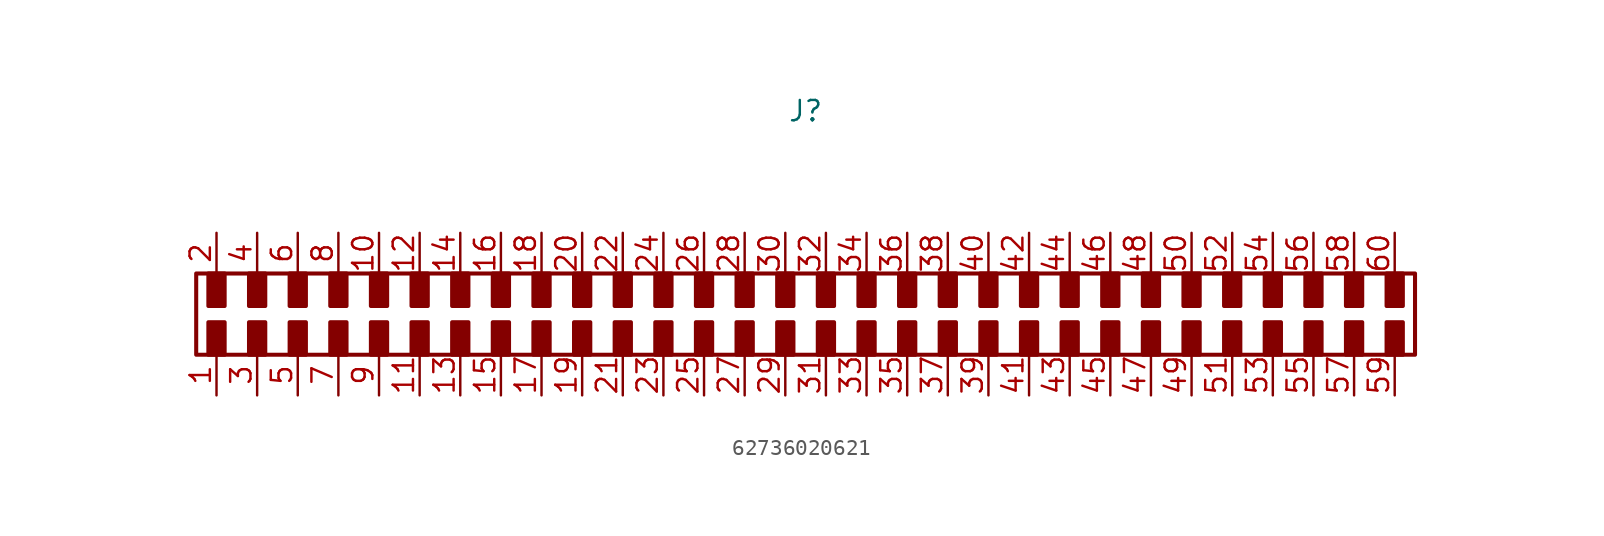
<source format=kicad_sym>
(kicad_symbol_lib
  (version 20241209)
  (generator "kicad_symbol_editor")
  (generator_version "9.0")
  (symbol "62736020621"
    (pin_names
      (hide yes))
    (property "Reference" "J"
      (at 0 12.7 0)
      (effects (font (size 1.27 1.27))))
    (symbol "62736020621_1_1"
      (rectangle (start -38.1 2.54) (end 38.1 -2.54) (stroke (width 0.254) (type solid)) (fill (type none)))
      (rectangle (start -37.338 2.54) (end -36.322 0.508) (stroke (width 0.254) (type solid)) (fill (type outline)))
      (rectangle (start -37.338 -0.508) (end -36.322 -2.54) (stroke (width 0.254) (type solid)) (fill (type outline)))
      (rectangle (start -34.798 2.54) (end -33.782 0.508) (stroke (width 0.254) (type solid)) (fill (type outline)))
      (rectangle (start -34.798 -0.508) (end -33.782 -2.54) (stroke (width 0.254) (type solid)) (fill (type outline)))
      (rectangle (start -32.258 2.54) (end -31.242 0.508) (stroke (width 0.254) (type solid)) (fill (type outline)))
      (rectangle (start -32.258 -0.508) (end -31.242 -2.54) (stroke (width 0.254) (type solid)) (fill (type outline)))
      (rectangle (start -29.718 2.54) (end -28.702 0.508) (stroke (width 0.254) (type solid)) (fill (type outline)))
      (rectangle (start -29.718 -0.508) (end -28.702 -2.54) (stroke (width 0.254) (type solid)) (fill (type outline)))
      (rectangle (start -27.178 2.54) (end -26.162 0.508) (stroke (width 0.254) (type solid)) (fill (type outline)))
      (rectangle (start -27.178 -0.508) (end -26.162 -2.54) (stroke (width 0.254) (type solid)) (fill (type outline)))
      (rectangle (start -24.638 2.54) (end -23.622 0.508) (stroke (width 0.254) (type solid)) (fill (type outline)))
      (rectangle (start -24.638 -0.508) (end -23.622 -2.54) (stroke (width 0.254) (type solid)) (fill (type outline)))
      (rectangle (start -22.098 2.54) (end -21.082 0.508) (stroke (width 0.254) (type solid)) (fill (type outline)))
      (rectangle (start -22.098 -0.508) (end -21.082 -2.54) (stroke (width 0.254) (type solid)) (fill (type outline)))
      (rectangle (start -19.558 2.54) (end -18.542 0.508) (stroke (width 0.254) (type solid)) (fill (type outline)))
      (rectangle (start -19.558 -0.508) (end -18.542 -2.54) (stroke (width 0.254) (type solid)) (fill (type outline)))
      (rectangle (start -17.018 2.54) (end -16.002 0.508) (stroke (width 0.254) (type solid)) (fill (type outline)))
      (rectangle (start -17.018 -0.508) (end -16.002 -2.54) (stroke (width 0.254) (type solid)) (fill (type outline)))
      (rectangle (start -14.478 2.54) (end -13.462 0.508) (stroke (width 0.254) (type solid)) (fill (type outline)))
      (rectangle (start -14.478 -0.508) (end -13.462 -2.54) (stroke (width 0.254) (type solid)) (fill (type outline)))
      (rectangle (start -11.938 2.54) (end -10.922 0.508) (stroke (width 0.254) (type solid)) (fill (type outline)))
      (rectangle (start -11.938 -0.508) (end -10.922 -2.54) (stroke (width 0.254) (type solid)) (fill (type outline)))
      (rectangle (start -9.398 2.54) (end -8.382 0.508) (stroke (width 0.254) (type solid)) (fill (type outline)))
      (rectangle (start -9.398 -0.508) (end -8.382 -2.54) (stroke (width 0.254) (type solid)) (fill (type outline)))
      (rectangle (start -6.858 2.54) (end -5.842 0.508) (stroke (width 0.254) (type solid)) (fill (type outline)))
      (rectangle (start -6.858 -0.508) (end -5.842 -2.54) (stroke (width 0.254) (type solid)) (fill (type outline)))
      (rectangle (start -4.318 2.54) (end -3.302 0.508) (stroke (width 0.254) (type solid)) (fill (type outline)))
      (rectangle (start -4.318 -0.508) (end -3.302 -2.54) (stroke (width 0.254) (type solid)) (fill (type outline)))
      (rectangle (start -1.778 2.54) (end -0.762 0.508) (stroke (width 0.254) (type solid)) (fill (type outline)))
      (rectangle (start -1.778 -0.508) (end -0.762 -2.54) (stroke (width 0.254) (type solid)) (fill (type outline)))
      (rectangle (start 0.762 2.54) (end 1.778 0.508) (stroke (width 0.254) (type solid)) (fill (type outline)))
      (rectangle (start 0.762 -0.508) (end 1.778 -2.54) (stroke (width 0.254) (type solid)) (fill (type outline)))
      (rectangle (start 3.302 2.54) (end 4.318 0.508) (stroke (width 0.254) (type solid)) (fill (type outline)))
      (rectangle (start 3.302 -0.508) (end 4.318 -2.54) (stroke (width 0.254) (type solid)) (fill (type outline)))
      (rectangle (start 5.842 2.54) (end 6.858 0.508) (stroke (width 0.254) (type solid)) (fill (type outline)))
      (rectangle (start 5.842 -0.508) (end 6.858 -2.54) (stroke (width 0.254) (type solid)) (fill (type outline)))
      (rectangle (start 8.382 2.54) (end 9.398 0.508) (stroke (width 0.254) (type solid)) (fill (type outline)))
      (rectangle (start 8.382 -0.508) (end 9.398 -2.54) (stroke (width 0.254) (type solid)) (fill (type outline)))
      (rectangle (start 10.922 2.54) (end 11.938 0.508) (stroke (width 0.254) (type solid)) (fill (type outline)))
      (rectangle (start 10.922 -0.508) (end 11.938 -2.54) (stroke (width 0.254) (type solid)) (fill (type outline)))
      (rectangle (start 13.462 2.54) (end 14.478 0.508) (stroke (width 0.254) (type solid)) (fill (type outline)))
      (rectangle (start 13.462 -0.508) (end 14.478 -2.54) (stroke (width 0.254) (type solid)) (fill (type outline)))
      (rectangle (start 16.002 2.54) (end 17.018 0.508) (stroke (width 0.254) (type solid)) (fill (type outline)))
      (rectangle (start 16.002 -0.508) (end 17.018 -2.54) (stroke (width 0.254) (type solid)) (fill (type outline)))
      (rectangle (start 18.542 2.54) (end 19.558 0.508) (stroke (width 0.254) (type solid)) (fill (type outline)))
      (rectangle (start 18.542 -0.508) (end 19.558 -2.54) (stroke (width 0.254) (type solid)) (fill (type outline)))
      (rectangle (start 21.082 2.54) (end 22.098 0.508) (stroke (width 0.254) (type solid)) (fill (type outline)))
      (rectangle (start 21.082 -0.508) (end 22.098 -2.54) (stroke (width 0.254) (type solid)) (fill (type outline)))
      (rectangle (start 23.622 2.54) (end 24.638 0.508) (stroke (width 0.254) (type solid)) (fill (type outline)))
      (rectangle (start 23.622 -0.508) (end 24.638 -2.54) (stroke (width 0.254) (type solid)) (fill (type outline)))
      (rectangle (start 26.162 2.54) (end 27.178 0.508) (stroke (width 0.254) (type solid)) (fill (type outline)))
      (rectangle (start 26.162 -0.508) (end 27.178 -2.54) (stroke (width 0.254) (type solid)) (fill (type outline)))
      (rectangle (start 28.702 2.54) (end 29.718 0.508) (stroke (width 0.254) (type solid)) (fill (type outline)))
      (rectangle (start 28.702 -0.508) (end 29.718 -2.54) (stroke (width 0.254) (type solid)) (fill (type outline)))
      (rectangle (start 31.242 2.54) (end 32.258 0.508) (stroke (width 0.254) (type solid)) (fill (type outline)))
      (rectangle (start 31.242 -0.508) (end 32.258 -2.54) (stroke (width 0.254) (type solid)) (fill (type outline)))
      (rectangle (start 33.782 2.54) (end 34.798 0.508) (stroke (width 0.254) (type solid)) (fill (type outline)))
      (rectangle (start 33.782 -0.508) (end 34.798 -2.54) (stroke (width 0.254) (type solid)) (fill (type outline)))
      (rectangle (start 36.322 2.54) (end 37.338 0.508) (stroke (width 0.254) (type solid)) (fill (type outline)))
      (rectangle (start 36.322 -0.508) (end 37.338 -2.54) (stroke (width 0.254) (type solid)) (fill (type outline)))
      (pin passive line (at -36.83 5.08 270) (length 2.54) (name "2" (effects (font (size 1.27 1.27)))) (number "2" (effects (font (size 1.27 1.27)))))
      (pin passive line (at -36.83 -5.08 90) (length 2.54) (name "1" (effects (font (size 1.27 1.27)))) (number "1" (effects (font (size 1.27 1.27)))))
      (pin passive line (at -34.29 5.08 270) (length 2.54) (name "4" (effects (font (size 1.27 1.27)))) (number "4" (effects (font (size 1.27 1.27)))))
      (pin passive line (at -34.29 -5.08 90) (length 2.54) (name "3" (effects (font (size 1.27 1.27)))) (number "3" (effects (font (size 1.27 1.27)))))
      (pin passive line (at -31.75 5.08 270) (length 2.54) (name "6" (effects (font (size 1.27 1.27)))) (number "6" (effects (font (size 1.27 1.27)))))
      (pin passive line (at -31.75 -5.08 90) (length 2.54) (name "5" (effects (font (size 1.27 1.27)))) (number "5" (effects (font (size 1.27 1.27)))))
      (pin passive line (at -29.21 5.08 270) (length 2.54) (name "8" (effects (font (size 1.27 1.27)))) (number "8" (effects (font (size 1.27 1.27)))))
      (pin passive line (at -29.21 -5.08 90) (length 2.54) (name "7" (effects (font (size 1.27 1.27)))) (number "7" (effects (font (size 1.27 1.27)))))
      (pin passive line (at -26.67 5.08 270) (length 2.54) (name "10" (effects (font (size 1.27 1.27)))) (number "10" (effects (font (size 1.27 1.27)))))
      (pin passive line (at -26.67 -5.08 90) (length 2.54) (name "9" (effects (font (size 1.27 1.27)))) (number "9" (effects (font (size 1.27 1.27)))))
      (pin passive line (at -24.13 5.08 270) (length 2.54) (name "12" (effects (font (size 1.27 1.27)))) (number "12" (effects (font (size 1.27 1.27)))))
      (pin passive line (at -24.13 -5.08 90) (length 2.54) (name "11" (effects (font (size 1.27 1.27)))) (number "11" (effects (font (size 1.27 1.27)))))
      (pin passive line (at -21.59 5.08 270) (length 2.54) (name "14" (effects (font (size 1.27 1.27)))) (number "14" (effects (font (size 1.27 1.27)))))
      (pin passive line (at -21.59 -5.08 90) (length 2.54) (name "13" (effects (font (size 1.27 1.27)))) (number "13" (effects (font (size 1.27 1.27)))))
      (pin passive line (at -19.05 5.08 270) (length 2.54) (name "16" (effects (font (size 1.27 1.27)))) (number "16" (effects (font (size 1.27 1.27)))))
      (pin passive line (at -19.05 -5.08 90) (length 2.54) (name "15" (effects (font (size 1.27 1.27)))) (number "15" (effects (font (size 1.27 1.27)))))
      (pin passive line (at -16.51 5.08 270) (length 2.54) (name "18" (effects (font (size 1.27 1.27)))) (number "18" (effects (font (size 1.27 1.27)))))
      (pin passive line (at -16.51 -5.08 90) (length 2.54) (name "17" (effects (font (size 1.27 1.27)))) (number "17" (effects (font (size 1.27 1.27)))))
      (pin passive line (at -13.97 5.08 270) (length 2.54) (name "20" (effects (font (size 1.27 1.27)))) (number "20" (effects (font (size 1.27 1.27)))))
      (pin passive line (at -13.97 -5.08 90) (length 2.54) (name "19" (effects (font (size 1.27 1.27)))) (number "19" (effects (font (size 1.27 1.27)))))
      (pin passive line (at -11.43 5.08 270) (length 2.54) (name "22" (effects (font (size 1.27 1.27)))) (number "22" (effects (font (size 1.27 1.27)))))
      (pin passive line (at -11.43 -5.08 90) (length 2.54) (name "21" (effects (font (size 1.27 1.27)))) (number "21" (effects (font (size 1.27 1.27)))))
      (pin passive line (at -8.89 5.08 270) (length 2.54) (name "24" (effects (font (size 1.27 1.27)))) (number "24" (effects (font (size 1.27 1.27)))))
      (pin passive line (at -8.89 -5.08 90) (length 2.54) (name "23" (effects (font (size 1.27 1.27)))) (number "23" (effects (font (size 1.27 1.27)))))
      (pin passive line (at -6.35 5.08 270) (length 2.54) (name "26" (effects (font (size 1.27 1.27)))) (number "26" (effects (font (size 1.27 1.27)))))
      (pin passive line (at -6.35 -5.08 90) (length 2.54) (name "25" (effects (font (size 1.27 1.27)))) (number "25" (effects (font (size 1.27 1.27)))))
      (pin passive line (at -3.81 5.08 270) (length 2.54) (name "28" (effects (font (size 1.27 1.27)))) (number "28" (effects (font (size 1.27 1.27)))))
      (pin passive line (at -3.81 -5.08 90) (length 2.54) (name "27" (effects (font (size 1.27 1.27)))) (number "27" (effects (font (size 1.27 1.27)))))
      (pin passive line (at -1.27 5.08 270) (length 2.54) (name "30" (effects (font (size 1.27 1.27)))) (number "30" (effects (font (size 1.27 1.27)))))
      (pin passive line (at -1.27 -5.08 90) (length 2.54) (name "29" (effects (font (size 1.27 1.27)))) (number "29" (effects (font (size 1.27 1.27)))))
      (pin passive line (at 1.27 5.08 270) (length 2.54) (name "32" (effects (font (size 1.27 1.27)))) (number "32" (effects (font (size 1.27 1.27)))))
      (pin passive line (at 1.27 -5.08 90) (length 2.54) (name "31" (effects (font (size 1.27 1.27)))) (number "31" (effects (font (size 1.27 1.27)))))
      (pin passive line (at 3.81 5.08 270) (length 2.54) (name "34" (effects (font (size 1.27 1.27)))) (number "34" (effects (font (size 1.27 1.27)))))
      (pin passive line (at 3.81 -5.08 90) (length 2.54) (name "33" (effects (font (size 1.27 1.27)))) (number "33" (effects (font (size 1.27 1.27)))))
      (pin passive line (at 6.35 5.08 270) (length 2.54) (name "36" (effects (font (size 1.27 1.27)))) (number "36" (effects (font (size 1.27 1.27)))))
      (pin passive line (at 6.35 -5.08 90) (length 2.54) (name "35" (effects (font (size 1.27 1.27)))) (number "35" (effects (font (size 1.27 1.27)))))
      (pin passive line (at 8.89 5.08 270) (length 2.54) (name "38" (effects (font (size 1.27 1.27)))) (number "38" (effects (font (size 1.27 1.27)))))
      (pin passive line (at 8.89 -5.08 90) (length 2.54) (name "37" (effects (font (size 1.27 1.27)))) (number "37" (effects (font (size 1.27 1.27)))))
      (pin passive line (at 11.43 5.08 270) (length 2.54) (name "40" (effects (font (size 1.27 1.27)))) (number "40" (effects (font (size 1.27 1.27)))))
      (pin passive line (at 11.43 -5.08 90) (length 2.54) (name "39" (effects (font (size 1.27 1.27)))) (number "39" (effects (font (size 1.27 1.27)))))
      (pin passive line (at 13.97 5.08 270) (length 2.54) (name "42" (effects (font (size 1.27 1.27)))) (number "42" (effects (font (size 1.27 1.27)))))
      (pin passive line (at 13.97 -5.08 90) (length 2.54) (name "41" (effects (font (size 1.27 1.27)))) (number "41" (effects (font (size 1.27 1.27)))))
      (pin passive line (at 16.51 5.08 270) (length 2.54) (name "44" (effects (font (size 1.27 1.27)))) (number "44" (effects (font (size 1.27 1.27)))))
      (pin passive line (at 16.51 -5.08 90) (length 2.54) (name "43" (effects (font (size 1.27 1.27)))) (number "43" (effects (font (size 1.27 1.27)))))
      (pin passive line (at 19.05 5.08 270) (length 2.54) (name "46" (effects (font (size 1.27 1.27)))) (number "46" (effects (font (size 1.27 1.27)))))
      (pin passive line (at 19.05 -5.08 90) (length 2.54) (name "45" (effects (font (size 1.27 1.27)))) (number "45" (effects (font (size 1.27 1.27)))))
      (pin passive line (at 21.59 5.08 270) (length 2.54) (name "48" (effects (font (size 1.27 1.27)))) (number "48" (effects (font (size 1.27 1.27)))))
      (pin passive line (at 21.59 -5.08 90) (length 2.54) (name "47" (effects (font (size 1.27 1.27)))) (number "47" (effects (font (size 1.27 1.27)))))
      (pin passive line (at 24.13 5.08 270) (length 2.54) (name "50" (effects (font (size 1.27 1.27)))) (number "50" (effects (font (size 1.27 1.27)))))
      (pin passive line (at 24.13 -5.08 90) (length 2.54) (name "49" (effects (font (size 1.27 1.27)))) (number "49" (effects (font (size 1.27 1.27)))))
      (pin passive line (at 26.67 5.08 270) (length 2.54) (name "52" (effects (font (size 1.27 1.27)))) (number "52" (effects (font (size 1.27 1.27)))))
      (pin passive line (at 26.67 -5.08 90) (length 2.54) (name "51" (effects (font (size 1.27 1.27)))) (number "51" (effects (font (size 1.27 1.27)))))
      (pin passive line (at 29.21 5.08 270) (length 2.54) (name "54" (effects (font (size 1.27 1.27)))) (number "54" (effects (font (size 1.27 1.27)))))
      (pin passive line (at 29.21 -5.08 90) (length 2.54) (name "53" (effects (font (size 1.27 1.27)))) (number "53" (effects (font (size 1.27 1.27)))))
      (pin passive line (at 31.75 5.08 270) (length 2.54) (name "56" (effects (font (size 1.27 1.27)))) (number "56" (effects (font (size 1.27 1.27)))))
      (pin passive line (at 31.75 -5.08 90) (length 2.54) (name "55" (effects (font (size 1.27 1.27)))) (number "55" (effects (font (size 1.27 1.27)))))
      (pin passive line (at 34.29 5.08 270) (length 2.54) (name "58" (effects (font (size 1.27 1.27)))) (number "58" (effects (font (size 1.27 1.27)))))
      (pin passive line (at 34.29 -5.08 90) (length 2.54) (name "57" (effects (font (size 1.27 1.27)))) (number "57" (effects (font (size 1.27 1.27)))))
      (pin passive line (at 36.83 5.08 270) (length 2.54) (name "60" (effects (font (size 1.27 1.27)))) (number "60" (effects (font (size 1.27 1.27)))))
      (pin passive line (at 36.83 -5.08 90) (length 2.54) (name "59" (effects (font (size 1.27 1.27)))) (number "59" (effects (font (size 1.27 1.27))))))))
</source>
